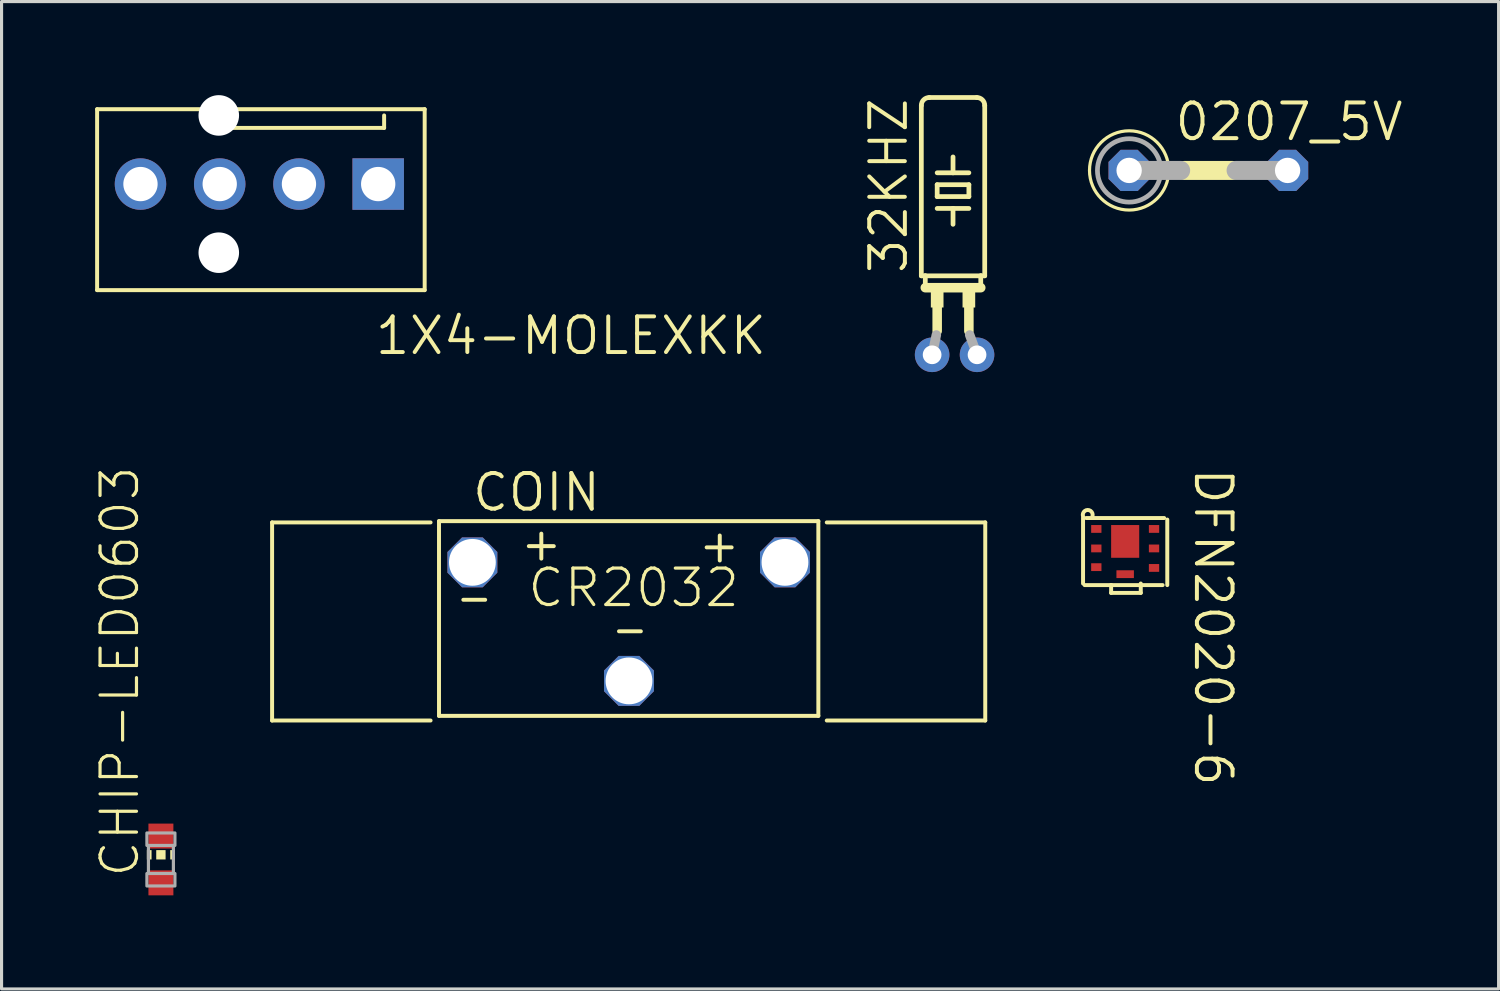
<source format=kicad_pcb>
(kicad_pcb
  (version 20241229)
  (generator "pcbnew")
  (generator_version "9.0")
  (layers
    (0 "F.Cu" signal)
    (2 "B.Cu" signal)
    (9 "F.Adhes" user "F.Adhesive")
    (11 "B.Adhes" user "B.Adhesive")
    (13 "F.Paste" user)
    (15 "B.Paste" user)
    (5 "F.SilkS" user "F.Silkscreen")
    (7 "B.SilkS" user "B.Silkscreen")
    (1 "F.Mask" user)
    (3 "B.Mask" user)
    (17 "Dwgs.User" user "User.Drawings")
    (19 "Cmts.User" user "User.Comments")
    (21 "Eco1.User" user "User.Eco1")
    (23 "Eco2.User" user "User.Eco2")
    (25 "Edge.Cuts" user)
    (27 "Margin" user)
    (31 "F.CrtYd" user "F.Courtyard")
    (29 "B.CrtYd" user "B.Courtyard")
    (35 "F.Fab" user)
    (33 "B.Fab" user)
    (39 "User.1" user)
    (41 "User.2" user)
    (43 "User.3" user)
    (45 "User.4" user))
  (footprint "32KHZ"
    (layer "F.Cu")
    (at 27.499 5.223)
    (property "Reference" "32KHZ" (at -1.397 0.568 90) (unlocked yes) (layer "F.SilkS") (effects (font (size 1.143 1.143) (thickness 0.127)) (justify left bottom)))
    (fp_line (start -1.016 0.568) (end -1.016 -4.893) (stroke (width 0.152) (type solid)) (layer "F.SilkS"))
    (fp_line (start -1.016 0.568) (end -0.889 0.568) (stroke (width 0.152) (type solid)) (layer "F.SilkS"))
    (fp_line (start -0.889 0.949) (end -0.889 0.568) (stroke (width 0.152) (type solid)) (layer "F.SilkS"))
    (fp_line (start -0.889 0.949) (end 0.889 0.949) (stroke (width 0.305) (type solid)) (layer "F.SilkS"))
    (fp_line (start -0.762 -5.147) (end 0.762 -5.147) (stroke (width 0.152) (type solid)) (layer "F.SilkS"))
    (fp_line (start -0.508 -2.734) (end 0 -2.734) (stroke (width 0.152) (type solid)) (layer "F.SilkS"))
    (fp_line (start -0.508 -2.353) (end -0.508 -1.972) (stroke (width 0.152) (type solid)) (layer "F.SilkS"))
    (fp_line (start -0.508 -2.353) (end 0.508 -2.353) (stroke (width 0.152) (type solid)) (layer "F.SilkS"))
    (fp_line (start -0.508 -1.591) (end 0 -1.591) (stroke (width 0.152) (type solid)) (layer "F.SilkS"))
    (fp_line (start -0.508 2.338) (end -0.508 1.33) (stroke (width 0.305) (type solid)) (layer "F.SilkS"))
    (fp_line (start 0 -2.734) (end 0 -3.242) (stroke (width 0.152) (type solid)) (layer "F.SilkS"))
    (fp_line (start 0 -2.734) (end 0.508 -2.734) (stroke (width 0.152) (type solid)) (layer "F.SilkS"))
    (fp_line (start 0 -1.591) (end 0 -1.083) (stroke (width 0.152) (type solid)) (layer "F.SilkS"))
    (fp_line (start 0 -1.591) (end 0.508 -1.591) (stroke (width 0.152) (type solid)) (layer "F.SilkS"))
    (fp_line (start 0.508 -1.972) (end -0.508 -1.972) (stroke (width 0.152) (type solid)) (layer "F.SilkS"))
    (fp_line (start 0.508 -1.972) (end 0.508 -2.353) (stroke (width 0.152) (type solid)) (layer "F.SilkS"))
    (fp_line (start 0.508 2.338) (end 0.508 1.457) (stroke (width 0.305) (type solid)) (layer "F.SilkS"))
    (fp_line (start 0.889 0.568) (end -0.889 0.568) (stroke (width 0.152) (type solid)) (layer "F.SilkS"))
    (fp_line (start 0.889 0.949) (end 0.889 0.568) (stroke (width 0.152) (type solid)) (layer "F.SilkS"))
    (fp_line (start 1.016 0.568) (end 0.889 0.568) (stroke (width 0.152) (type solid)) (layer "F.SilkS"))
    (fp_line (start 1.016 0.568) (end 1.016 -4.893) (stroke (width 0.152) (type solid)) (layer "F.SilkS"))
    (fp_arc (start -1.016 -4.893) (mid -0.941605 -5.072605) (end -0.762 -5.147) (stroke (width 0.1524) (type solid)) (layer "F.SilkS"))
    (fp_arc (start 0.762 -5.147) (mid 0.941605 -5.072605) (end 1.016 -4.893) (stroke (width 0.1524) (type solid)) (layer "F.SilkS"))
    (fp_poly (pts (xy -0.711 1.584) (xy -0.305 1.584) (xy -0.305 1) (xy -0.711 1)) (stroke (width 0) (type default)) (fill yes) (layer "F.SilkS"))
    (fp_poly (pts (xy 0.305 1.584) (xy 0.711 1.584) (xy 0.711 1) (xy 0.305 1)) (stroke (width 0) (type default)) (fill yes) (layer "F.SilkS"))
    (fp_line (start -0.535 2.465) (end -0.67 3.1) (stroke (width 0.305) (type solid)) (layer "F.Fab"))
    (fp_line (start 0.535 2.465) (end 0.77 3.1) (stroke (width 0.305) (type solid)) (layer "F.Fab"))
    (pad "1" thru_hole circle (at -0.67 3.1) (size 1.108 1.108) (drill 0.6) (layers "*.Cu" "*.Mask"))
    (pad "2" thru_hole circle (at 0.77 3.1) (size 1.108 1.108) (drill 0.6) (layers "*.Cu" "*.Mask")))
  (footprint "1X4-MOLEXKK"
    (layer "F.Cu")
    (at 5.263 2.85)
    (property "Reference" "1X4-MOLEXKK" (at 3.644 5.531 0) (unlocked yes) (layer "F.SilkS") (effects (font (size 1.143 1.143) (thickness 0.127)) (justify left bottom)))
    (fp_line (start -5.2 -2.4) (end -5.2 3.4) (stroke (width 0.127) (type solid)) (layer "F.SilkS"))
    (fp_line (start -5.2 3.4) (end 5.3 3.4) (stroke (width 0.127) (type solid)) (layer "F.SilkS"))
    (fp_line (start -1.2 -2.4) (end -5.2 -2.4) (stroke (width 0.127) (type solid)) (layer "F.SilkS"))
    (fp_line (start -1.2 -1.8) (end -1.2 -2.4) (stroke (width 0.127) (type solid)) (layer "F.SilkS"))
    (fp_line (start 4 -1.8) (end -1.2 -1.8) (stroke (width 0.127) (type solid)) (layer "F.SilkS"))
    (fp_line (start 4 -1.8) (end 4 -2.2) (stroke (width 0.127) (type solid)) (layer "F.SilkS"))
    (fp_line (start 5.3 -2.4) (end -1.2 -2.4) (stroke (width 0.127) (type solid)) (layer "F.SilkS"))
    (fp_line (start 5.3 3.4) (end 5.3 -2.4) (stroke (width 0.127) (type solid)) (layer "F.SilkS"))
    (fp_poly (pts (xy -4.064 0.254) (xy -3.556 0.254) (xy -3.556 -0.254) (xy -4.064 -0.254)) (stroke (width 0.1) (type default)) (fill no) (layer "F.Fab"))
    (fp_poly (pts (xy -1.524 0.254) (xy -1.016 0.254) (xy -1.016 -0.254) (xy -1.524 -0.254)) (stroke (width 0.1) (type default)) (fill no) (layer "F.Fab"))
    (fp_poly (pts (xy 1.016 0.254) (xy 1.524 0.254) (xy 1.524 -0.254) (xy 1.016 -0.254)) (stroke (width 0.1) (type default)) (fill no) (layer "F.Fab"))
    (fp_poly (pts (xy 3.556 0.254) (xy 4.064 0.254) (xy 4.064 -0.254) (xy 3.556 -0.254)) (stroke (width 0.1) (type default)) (fill no) (layer "F.Fab"))
    (pad "" np_thru_hole circle (at -1.3 -2.2) (size 1.3 1.3) (drill 1.3) (layers "*.Cu" "*.Mask"))
    (pad "" np_thru_hole circle (at -1.3 2.2) (size 1.3 1.3) (drill 1.3) (layers "*.Cu" "*.Mask"))
    (pad "1" thru_hole rect (at 3.81 0 90) (size 1.65 1.65) (drill 1.1) (layers "*.Cu" "*.Mask"))
    (pad "2" thru_hole circle (at 1.27 0 90) (size 1.65 1.65) (drill 1.1) (layers "*.Cu" "*.Mask"))
    (pad "3" thru_hole circle (at -1.27 0 90) (size 1.65 1.65) (drill 1.1) (layers "*.Cu" "*.Mask"))
    (pad "4" thru_hole circle (at -3.81 0 90) (size 1.65 1.65) (drill 1.1) (layers "*.Cu" "*.Mask")))
  (footprint "COIN"
    (layer "F.Cu")
    (at 17.102 18.776)
    (property "Reference" "COIN" (at -5.08 -5.375 0) (unlocked yes) (layer "F.SilkS") (effects (font (size 1.143 1.143) (thickness 0.127)) (justify left bottom)))
    (fp_line (start -11.43 -5.08) (end -6.35 -5.08) (stroke (width 0.127) (type solid)) (layer "F.SilkS"))
    (fp_line (start -11.43 1.27) (end -11.43 -5.08) (stroke (width 0.127) (type solid)) (layer "F.SilkS"))
    (fp_line (start -6.35 1.27) (end -11.43 1.27) (stroke (width 0.127) (type solid)) (layer "F.SilkS"))
    (fp_line (start -6.08 -5.121) (end -6.08 1.121) (stroke (width 0.127) (type solid)) (layer "F.SilkS"))
    (fp_line (start -6.08 1.121) (end 6.08 1.121) (stroke (width 0.127) (type solid)) (layer "F.SilkS"))
    (fp_line (start -5.3 -2.6) (end -4.6 -2.6) (stroke (width 0.127) (type solid)) (layer "F.SilkS"))
    (fp_line (start -3.2 -4.32) (end -2.4 -4.32) (stroke (width 0.127) (type solid)) (layer "F.SilkS"))
    (fp_line (start -2.8 -4.72) (end -2.8 -3.92) (stroke (width 0.127) (type solid)) (layer "F.SilkS"))
    (fp_line (start -0.31 -1.59) (end 0.39 -1.59) (stroke (width 0.127) (type solid)) (layer "F.SilkS"))
    (fp_line (start 2.5 -4.28) (end 3.3 -4.28) (stroke (width 0.127) (type solid)) (layer "F.SilkS"))
    (fp_line (start 2.92 -4.66) (end 2.92 -3.86) (stroke (width 0.127) (type solid)) (layer "F.SilkS"))
    (fp_line (start 6.08 -5.121) (end -6.08 -5.121) (stroke (width 0.127) (type solid)) (layer "F.SilkS"))
    (fp_line (start 6.08 1.121) (end 6.08 -5.121) (stroke (width 0.127) (type solid)) (layer "F.SilkS"))
    (fp_line (start 6.35 -5.08) (end 11.43 -5.08) (stroke (width 0.127) (type solid)) (layer "F.SilkS"))
    (fp_line (start 11.43 -5.08) (end 11.43 1.27) (stroke (width 0.127) (type solid)) (layer "F.SilkS"))
    (fp_line (start 11.43 1.27) (end 6.35 1.27) (stroke (width 0.127) (type solid)) (layer "F.SilkS"))
    (fp_text user "CR2032" (at -3.3 -2.3 0) (unlocked yes) (layer "F.SilkS") (effects (font (size 1.168 1.168) (thickness 0.102)) (justify left bottom)))
    (pad "1" thru_hole roundrect (at -5.01 -3.8) (size 1.6 1.6) (drill 1.5) (layers "*.Cu" "*.Mask") (roundrect_rratio 0.25) (chamfer_ratio 0.293) (chamfer top_left top_right bottom_left bottom_right))
    (pad "2" thru_hole roundrect (at 5.01 -3.8) (size 1.6 1.6) (drill 1.5) (layers "*.Cu" "*.Mask") (roundrect_rratio 0.25) (chamfer_ratio 0.293) (chamfer top_left top_right bottom_left bottom_right))
    (pad "3" thru_hole roundrect (at 0.01 0) (size 1.6 1.6) (drill 1.5) (layers "*.Cu" "*.Mask") (roundrect_rratio 0.25) (chamfer_ratio 0.293) (chamfer top_left top_right bottom_left bottom_right)))
  (footprint "CHIP-LED0603"
    (layer "F.Cu")
    (at 2.108 24.5)
    (property "Reference" "CHIP-LED0603" (at -0.635 0.635 90) (unlocked yes) (layer "F.SilkS") (effects (font (size 1.168 1.168) (thickness 0.102)) (justify left bottom)))
    (fp_poly (pts (xy -0.45 0) (xy -0.3 0) (xy -0.3 -0.3) (xy -0.45 -0.3)) (stroke (width 0) (type default)) (fill yes) (layer "F.SilkS"))
    (fp_poly (pts (xy -0.15 0) (xy 0.15 0) (xy 0.15 -0.3) (xy -0.15 -0.3)) (stroke (width 0) (type default)) (fill yes) (layer "F.SilkS"))
    (fp_poly (pts (xy 0.3 0) (xy 0.45 0) (xy 0.45 -0.3) (xy 0.3 -0.3)) (stroke (width 0) (type default)) (fill yes) (layer "F.SilkS"))
    (fp_line (start -0.4 -0.45) (end -0.4 0.45) (stroke (width 0.102) (type solid)) (layer "F.Fab"))
    (fp_line (start 0.4 -0.45) (end 0.4 0.45) (stroke (width 0.102) (type solid)) (layer "F.Fab"))
    (fp_poly (pts (xy -0.45 -0.45) (xy 0.45 -0.45) (xy 0.45 -0.85) (xy -0.45 -0.85)) (stroke (width 0.1) (type default)) (fill no) (layer "F.Fab"))
    (fp_poly (pts (xy -0.45 0.85) (xy 0.45 0.85) (xy 0.45 0.45) (xy -0.45 0.45)) (stroke (width 0.1) (type default)) (fill no) (layer "F.Fab"))
    (pad "A" smd rect (at 0 0.75) (size 0.8 0.8) (layers "F.Cu" "F.Mask" "F.Paste"))
    (pad "C" smd rect (at 0 -0.75) (size 0.8 0.8) (layers "F.Cu" "F.Mask" "F.Paste")))
  (footprint "0207_5V"
    (layer "F.Cu")
    (at 35.684 2.413)
    (property "Reference" "0207_5V" (at -1.143 -0.889 0) (unlocked yes) (layer "F.SilkS") (effects (font (size 1.143 1.143) (thickness 0.127)) (justify left bottom)))
    (fp_line (start -0.762 0) (end 0.762 0) (stroke (width 0.61) (type solid)) (layer "F.SilkS"))
    (fp_circle (center -2.54 0) (end -1.27 0) (stroke (width 0.102) (type solid)) (fill no) (layer "F.SilkS"))
    (fp_line (start -2.54 0) (end -0.889 0) (stroke (width 0.61) (type solid)) (layer "F.Fab"))
    (fp_line (start 0.889 0) (end 2.54 0) (stroke (width 0.61) (type solid)) (layer "F.Fab"))
    (fp_circle (center -2.54 0) (end -1.524 0) (stroke (width 0.152) (type solid)) (fill no) (layer "F.Fab"))
    (pad "1" thru_hole roundrect (at -2.54 0) (size 1.321 1.321) (drill 0.813) (layers "*.Cu" "*.Mask") (roundrect_rratio 0.25) (chamfer_ratio 0.293) (chamfer top_left top_right bottom_left bottom_right))
    (pad "2" thru_hole roundrect (at 2.54 0) (size 1.321 1.321) (drill 0.813) (layers "*.Cu" "*.Mask") (roundrect_rratio 0.25) (chamfer_ratio 0.293) (chamfer top_left top_right bottom_left bottom_right)))
  (footprint "DFN2020-6"
    (layer "F.Cu")
    (at 33.017 14.305)
    (property "Reference" "DFN2020-6" (at 2.153 -2.428 270) (unlocked yes) (layer "F.SilkS") (effects (font (size 1.143 1.143) (thickness 0.127)) (justify left bottom)))
    (fp_line (start -1.35 -0.75) (end -1.35 1.35) (stroke (width 0.127) (type solid)) (layer "F.SilkS"))
    (fp_line (start -1.3 1.4) (end -0.45 1.4) (stroke (width 0.127) (type solid)) (layer "F.SilkS"))
    (fp_line (start -1.25 -0.75) (end 1.25 -0.75) (stroke (width 0.127) (type solid)) (layer "F.SilkS"))
    (fp_line (start -0.45 1.4) (end -0.45 1.65) (stroke (width 0.127) (type solid)) (layer "F.SilkS"))
    (fp_line (start -0.45 1.4) (end 1.2 1.4) (stroke (width 0.127) (type solid)) (layer "F.SilkS"))
    (fp_line (start -0.45 1.65) (end 0.5 1.65) (stroke (width 0.127) (type solid)) (layer "F.SilkS"))
    (fp_line (start 0.5 1.65) (end 0.5 1.35) (stroke (width 0.127) (type solid)) (layer "F.SilkS"))
    (fp_line (start 1.35 -0.7) (end 1.35 1.4) (stroke (width 0.127) (type solid)) (layer "F.SilkS"))
    (fp_arc (start -1.35 -0.8) (mid -1.2 -1.008114) (end -1.05 -0.8) (stroke (width 0.127) (type solid)) (layer "F.SilkS"))
    (pad "D1" smd rect (at -0.925 -0.4) (size 0.33 0.25) (layers "F.Cu" "F.Mask" "F.Paste"))
    (pad "D2" smd rect (at -0.925 0.225) (size 0.33 0.25) (layers "F.Cu" "F.Mask" "F.Paste"))
    (pad "D5" smd rect (at 0.925 0.225) (size 0.33 0.25) (layers "F.Cu" "F.Mask" "F.Paste"))
    (pad "D6" smd rect (at 0.925 -0.4) (size 0.33 0.25) (layers "F.Cu" "F.Mask" "F.Paste"))
    (pad "D7" smd rect (at 0 0) (size 0.9 1.05) (layers "F.Cu" "F.Mask" "F.Paste"))
    (pad "G" smd rect (at -0.925 0.825) (size 0.33 0.25) (layers "F.Cu" "F.Mask" "F.Paste"))
    (pad "S1" smd rect (at 0.925 0.85) (size 0.33 0.25) (layers "F.Cu" "F.Mask" "F.Paste"))
    (pad "S2" smd rect (at 0 1.05) (size 0.56 0.25) (layers "F.Cu" "F.Mask" "F.Paste")))
  (gr_rect
    (start -3 -3)
    (end 44.987 28.65)
    (stroke (width 0.1) (type default))
    (fill no)
    (layer "Edge.Cuts")))
</source>
